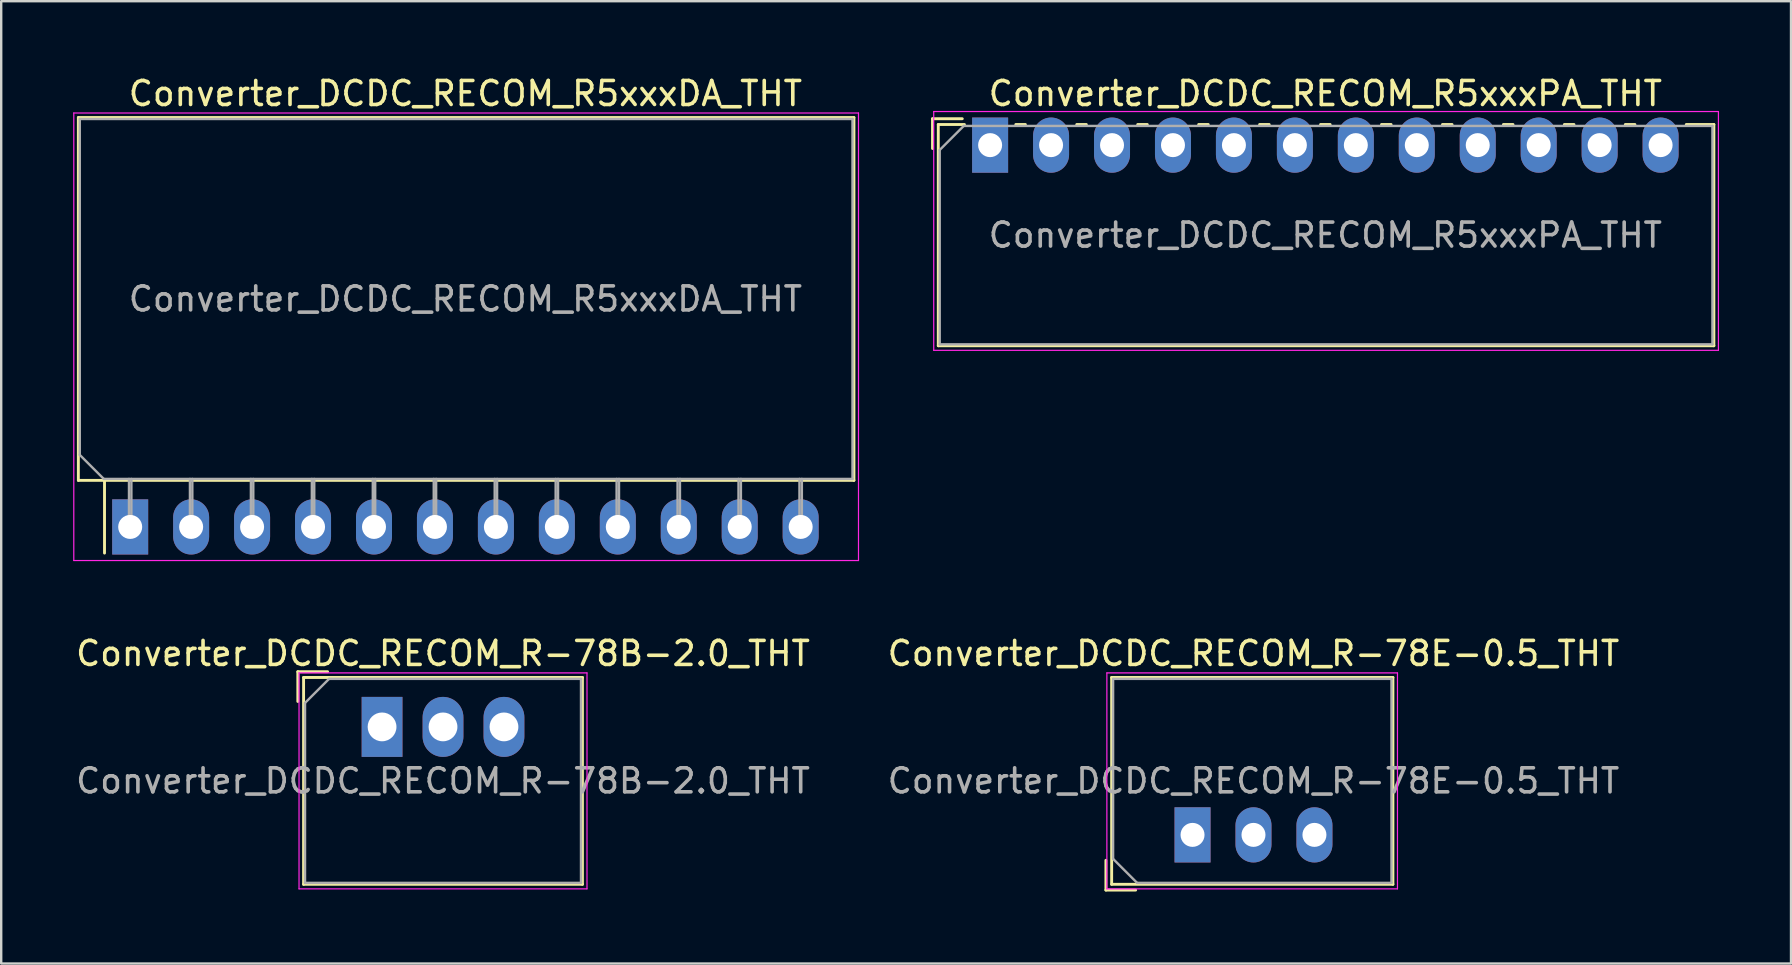
<source format=kicad_pcb>
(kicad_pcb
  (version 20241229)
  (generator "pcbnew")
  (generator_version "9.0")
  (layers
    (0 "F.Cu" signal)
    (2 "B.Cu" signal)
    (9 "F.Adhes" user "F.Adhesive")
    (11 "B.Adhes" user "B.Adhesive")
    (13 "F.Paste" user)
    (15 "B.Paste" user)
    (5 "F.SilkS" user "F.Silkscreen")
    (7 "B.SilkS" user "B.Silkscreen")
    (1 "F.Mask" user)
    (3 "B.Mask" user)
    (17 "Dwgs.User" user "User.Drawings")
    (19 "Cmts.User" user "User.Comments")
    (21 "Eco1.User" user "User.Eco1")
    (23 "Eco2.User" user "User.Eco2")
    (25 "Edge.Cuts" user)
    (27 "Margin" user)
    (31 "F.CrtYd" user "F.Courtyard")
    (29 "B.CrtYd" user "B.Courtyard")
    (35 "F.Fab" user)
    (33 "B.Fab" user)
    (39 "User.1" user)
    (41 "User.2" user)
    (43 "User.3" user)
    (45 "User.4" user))
  (footprint "Converter_DCDC_RECOM_R-78E-0.5_THT"
    (layer "F.Cu")
    (at 46.645 31.741)
    (property "Reference" "Converter_DCDC_RECOM_R-78E-0.5_THT" (at 2.54 -7.56 0) (layer "F.SilkS") (effects (font (size 1 1) (thickness 0.15))))
    (attr through_hole)
    (fp_line (start -3.61 1.06) (end -3.61 2.3) (stroke (width 0.12) (type solid)) (layer "F.SilkS"))
    (fp_line (start -3.61 2.3) (end -2.37 2.3) (stroke (width 0.12) (type solid)) (layer "F.SilkS"))
    (fp_line (start -3.37 -6.56) (end 8.35 -6.56) (stroke (width 0.12) (type solid)) (layer "F.SilkS"))
    (fp_line (start -3.37 2.06) (end -3.37 -6.56) (stroke (width 0.12) (type solid)) (layer "F.SilkS"))
    (fp_line (start 8.35 -6.56) (end 8.35 2.06) (stroke (width 0.12) (type solid)) (layer "F.SilkS"))
    (fp_line (start 8.35 2.06) (end -3.37 2.06) (stroke (width 0.12) (type solid)) (layer "F.SilkS"))
    (fp_line (start -3.57 -6.75) (end -3.57 2.25) (stroke (width 0.05) (type solid)) (layer "F.CrtYd"))
    (fp_line (start -3.57 2.25) (end 8.54 2.25) (stroke (width 0.05) (type solid)) (layer "F.CrtYd"))
    (fp_line (start 8.54 -6.75) (end -3.57 -6.75) (stroke (width 0.05) (type solid)) (layer "F.CrtYd"))
    (fp_line (start 8.54 2.25) (end 8.54 -6.75) (stroke (width 0.05) (type solid)) (layer "F.CrtYd"))
    (fp_line (start -3.31 -6.5) (end 8.29 -6.5) (stroke (width 0.1) (type solid)) (layer "F.Fab"))
    (fp_line (start -3.31 1) (end -3.31 -6.5) (stroke (width 0.1) (type solid)) (layer "F.Fab"))
    (fp_line (start -2.31 2) (end -3.31 1) (stroke (width 0.1) (type solid)) (layer "F.Fab"))
    (fp_line (start 8.29 -6.5) (end 8.29 2) (stroke (width 0.1) (type solid)) (layer "F.Fab"))
    (fp_line (start 8.29 2) (end -2.31 2) (stroke (width 0.1) (type solid)) (layer "F.Fab"))
    (fp_text user "${REFERENCE}" (at 2.54 -2.25 0) (layer "F.Fab") (effects (font (size 1 1) (thickness 0.15))))
    (pad "1" thru_hole rect (at 0 0) (size 1.5 2.3) (drill 1) (layers "*.Cu" "*.Mask"))
    (pad "2" thru_hole oval (at 2.54 0) (size 1.5 2.3) (drill 1) (layers "*.Cu" "*.Mask"))
    (pad "3" thru_hole oval (at 5.08 0) (size 1.5 2.3) (drill 1) (layers "*.Cu" "*.Mask")))
  (footprint "Converter_DCDC_RECOM_R5xxxPA_THT"
    (layer "F.Cu")
    (at 38.21 2.998)
    (property "Reference" "Converter_DCDC_RECOM_R5xxxPA_THT" (at 13.97 -2.15 0) (layer "F.SilkS") (effects (font (size 1 1) (thickness 0.15))))
    (attr through_hole)
    (fp_line (start -2.4 -1.1) (end -1.16 -1.1) (stroke (width 0.12) (type solid)) (layer "F.SilkS"))
    (fp_line (start -2.4 0.14) (end -2.4 -1.1) (stroke (width 0.12) (type solid)) (layer "F.SilkS"))
    (fp_line (start -2.16 -0.86) (end -1.07 -0.86) (stroke (width 0.12) (type solid)) (layer "F.SilkS"))
    (fp_line (start -2.16 8.36) (end -2.16 -0.86) (stroke (width 0.12) (type solid)) (layer "F.SilkS"))
    (fp_line (start 1.07 -0.86) (end 1.47 -0.86) (stroke (width 0.12) (type solid)) (layer "F.SilkS"))
    (fp_line (start 3.61 -0.86) (end 4.01 -0.86) (stroke (width 0.12) (type solid)) (layer "F.SilkS"))
    (fp_line (start 6.15 -0.86) (end 6.55 -0.86) (stroke (width 0.12) (type solid)) (layer "F.SilkS"))
    (fp_line (start 8.69 -0.86) (end 9.09 -0.86) (stroke (width 0.12) (type solid)) (layer "F.SilkS"))
    (fp_line (start 11.23 -0.86) (end 11.63 -0.86) (stroke (width 0.12) (type solid)) (layer "F.SilkS"))
    (fp_line (start 13.77 -0.86) (end 14.17 -0.86) (stroke (width 0.12) (type solid)) (layer "F.SilkS"))
    (fp_line (start 16.31 -0.86) (end 16.71 -0.86) (stroke (width 0.12) (type solid)) (layer "F.SilkS"))
    (fp_line (start 18.85 -0.86) (end 19.25 -0.86) (stroke (width 0.12) (type solid)) (layer "F.SilkS"))
    (fp_line (start 21.39 -0.86) (end 21.79 -0.86) (stroke (width 0.12) (type solid)) (layer "F.SilkS"))
    (fp_line (start 23.93 -0.86) (end 24.33 -0.86) (stroke (width 0.12) (type solid)) (layer "F.SilkS"))
    (fp_line (start 26.47 -0.86) (end 26.87 -0.86) (stroke (width 0.12) (type solid)) (layer "F.SilkS"))
    (fp_line (start 29.01 -0.86) (end 30.16 -0.86) (stroke (width 0.12) (type solid)) (layer "F.SilkS"))
    (fp_line (start 30.16 -0.86) (end 30.16 8.36) (stroke (width 0.12) (type solid)) (layer "F.SilkS"))
    (fp_line (start 30.16 8.36) (end -2.16 8.36) (stroke (width 0.12) (type solid)) (layer "F.SilkS"))
    (fp_line (start -2.35 -1.4) (end -2.35 8.55) (stroke (width 0.05) (type solid)) (layer "F.CrtYd"))
    (fp_line (start -2.35 8.55) (end 30.35 8.55) (stroke (width 0.05) (type solid)) (layer "F.CrtYd"))
    (fp_line (start 30.35 -1.4) (end -2.35 -1.4) (stroke (width 0.05) (type solid)) (layer "F.CrtYd"))
    (fp_line (start 30.35 8.55) (end 30.35 -1.4) (stroke (width 0.05) (type solid)) (layer "F.CrtYd"))
    (fp_line (start -2.1 0.2) (end -1.1 -0.8) (stroke (width 0.1) (type solid)) (layer "F.Fab"))
    (fp_line (start -2.1 8.3) (end -2.1 0.2) (stroke (width 0.1) (type solid)) (layer "F.Fab"))
    (fp_line (start -1.1 -0.8) (end 30.1 -0.8) (stroke (width 0.1) (type solid)) (layer "F.Fab"))
    (fp_line (start 30.1 -0.8) (end 30.1 8.3) (stroke (width 0.1) (type solid)) (layer "F.Fab"))
    (fp_line (start 30.1 8.3) (end -2.1 8.3) (stroke (width 0.1) (type solid)) (layer "F.Fab"))
    (fp_text user "${REFERENCE}" (at 13.97 3.75 0) (layer "F.Fab") (effects (font (size 1 1) (thickness 0.15))))
    (pad "1" thru_hole rect (at 0 0) (size 1.5 2.3) (drill 1) (layers "*.Cu" "*.Mask"))
    (pad "2" thru_hole oval (at 2.54 0) (size 1.5 2.3) (drill 1) (layers "*.Cu" "*.Mask"))
    (pad "3" thru_hole oval (at 5.08 0) (size 1.5 2.3) (drill 1) (layers "*.Cu" "*.Mask"))
    (pad "4" thru_hole oval (at 7.62 0) (size 1.5 2.3) (drill 1) (layers "*.Cu" "*.Mask"))
    (pad "5" thru_hole oval (at 10.16 0) (size 1.5 2.3) (drill 1) (layers "*.Cu" "*.Mask"))
    (pad "6" thru_hole oval (at 12.7 0) (size 1.5 2.3) (drill 1) (layers "*.Cu" "*.Mask"))
    (pad "7" thru_hole oval (at 15.24 0) (size 1.5 2.3) (drill 1) (layers "*.Cu" "*.Mask"))
    (pad "8" thru_hole oval (at 17.78 0) (size 1.5 2.3) (drill 1) (layers "*.Cu" "*.Mask"))
    (pad "9" thru_hole oval (at 20.32 0) (size 1.5 2.3) (drill 1) (layers "*.Cu" "*.Mask"))
    (pad "10" thru_hole oval (at 22.86 0) (size 1.5 2.3) (drill 1) (layers "*.Cu" "*.Mask"))
    (pad "11" thru_hole oval (at 25.4 0) (size 1.5 2.3) (drill 1) (layers "*.Cu" "*.Mask"))
    (pad "12" thru_hole oval (at 27.94 0) (size 1.5 2.3) (drill 1) (layers "*.Cu" "*.Mask")))
  (footprint "Converter_DCDC_RECOM_R-78B-2.0_THT"
    (layer "F.Cu")
    (at 12.871 27.241)
    (property "Reference" "Converter_DCDC_RECOM_R-78B-2.0_THT" (at 2.54 -3.06 0) (layer "F.SilkS") (effects (font (size 1 1) (thickness 0.15))))
    (attr through_hole)
    (fp_line (start -3.51 -2.3) (end -2.27 -2.3) (stroke (width 0.12) (type solid)) (layer "F.SilkS"))
    (fp_line (start -3.51 -1.06) (end -3.51 -2.3) (stroke (width 0.12) (type solid)) (layer "F.SilkS"))
    (fp_line (start -3.27 -2.06) (end 8.35 -2.06) (stroke (width 0.12) (type solid)) (layer "F.SilkS"))
    (fp_line (start -3.27 6.56) (end -3.27 -2.06) (stroke (width 0.12) (type solid)) (layer "F.SilkS"))
    (fp_line (start 8.35 -2.06) (end 8.35 6.56) (stroke (width 0.12) (type solid)) (layer "F.SilkS"))
    (fp_line (start 8.35 6.56) (end -3.27 6.56) (stroke (width 0.12) (type solid)) (layer "F.SilkS"))
    (fp_line (start -3.46 -2.25) (end -3.46 6.75) (stroke (width 0.05) (type solid)) (layer "F.CrtYd"))
    (fp_line (start -3.46 6.75) (end 8.54 6.75) (stroke (width 0.05) (type solid)) (layer "F.CrtYd"))
    (fp_line (start 8.54 -2.25) (end -3.46 -2.25) (stroke (width 0.05) (type solid)) (layer "F.CrtYd"))
    (fp_line (start 8.54 6.75) (end 8.54 -2.25) (stroke (width 0.05) (type solid)) (layer "F.CrtYd"))
    (fp_line (start -3.21 -1) (end -2.21 -2) (stroke (width 0.1) (type solid)) (layer "F.Fab"))
    (fp_line (start -3.21 6.5) (end -3.21 -1) (stroke (width 0.1) (type solid)) (layer "F.Fab"))
    (fp_line (start -2.21 -2) (end 8.29 -2) (stroke (width 0.1) (type solid)) (layer "F.Fab"))
    (fp_line (start 8.29 -2) (end 8.29 6.5) (stroke (width 0.1) (type solid)) (layer "F.Fab"))
    (fp_line (start 8.29 6.5) (end -3.21 6.5) (stroke (width 0.1) (type solid)) (layer "F.Fab"))
    (fp_text user "${REFERENCE}" (at 2.54 2.25 0) (layer "F.Fab") (effects (font (size 1 1) (thickness 0.15))))
    (pad "1" thru_hole rect (at 0 0) (size 1.7 2.5) (drill 1.2) (layers "*.Cu" "*.Mask"))
    (pad "2" thru_hole oval (at 2.54 0) (size 1.7 2.5) (drill 1.2) (layers "*.Cu" "*.Mask"))
    (pad "3" thru_hole oval (at 5.08 0) (size 1.7 2.5) (drill 1.2) (layers "*.Cu" "*.Mask")))
  (footprint "Converter_DCDC_RECOM_R5xxxDA_THT"
    (layer "F.Cu")
    (at 2.375 18.908)
    (property "Reference" "Converter_DCDC_RECOM_R5xxxDA_THT" (at 13.97 -18.06 0) (layer "F.SilkS") (effects (font (size 1 1) (thickness 0.15))))
    (attr through_hole)
    (fp_line (start -2.16 -17.06) (end 30.16 -17.06) (stroke (width 0.12) (type solid)) (layer "F.SilkS"))
    (fp_line (start -2.16 -1.94) (end -2.16 -17.06) (stroke (width 0.12) (type solid)) (layer "F.SilkS"))
    (fp_line (start -1.07 -1.94) (end -1.07 1.09) (stroke (width 0.12) (type solid)) (layer "F.SilkS"))
    (fp_line (start 30.16 -17.06) (end 30.16 -1.94) (stroke (width 0.12) (type solid)) (layer "F.SilkS"))
    (fp_line (start 30.16 -1.94) (end -2.16 -1.94) (stroke (width 0.12) (type solid)) (layer "F.SilkS"))
    (fp_line (start -2.35 -17.25) (end -2.35 1.4) (stroke (width 0.05) (type solid)) (layer "F.CrtYd"))
    (fp_line (start -2.35 1.4) (end 30.35 1.4) (stroke (width 0.05) (type solid)) (layer "F.CrtYd"))
    (fp_line (start 30.35 -17.25) (end -2.35 -17.25) (stroke (width 0.05) (type solid)) (layer "F.CrtYd"))
    (fp_line (start 30.35 1.4) (end 30.35 -17.25) (stroke (width 0.05) (type solid)) (layer "F.CrtYd"))
    (fp_line (start -2.1 -17) (end 30.1 -17) (stroke (width 0.1) (type solid)) (layer "F.Fab"))
    (fp_line (start -2.1 -3) (end -2.1 -17) (stroke (width 0.1) (type solid)) (layer "F.Fab"))
    (fp_line (start -1.1 -2) (end -2.1 -3) (stroke (width 0.1) (type solid)) (layer "F.Fab"))
    (fp_line (start -0.05 0) (end -0.05 -2) (stroke (width 0.1) (type solid)) (layer "F.Fab"))
    (fp_line (start 0.05 0) (end 0.05 -2) (stroke (width 0.1) (type solid)) (layer "F.Fab"))
    (fp_line (start 2.49 0) (end 2.49 -2) (stroke (width 0.1) (type solid)) (layer "F.Fab"))
    (fp_line (start 2.59 0) (end 2.59 -2) (stroke (width 0.1) (type solid)) (layer "F.Fab"))
    (fp_line (start 5.03 0) (end 5.03 -2) (stroke (width 0.1) (type solid)) (layer "F.Fab"))
    (fp_line (start 5.13 0) (end 5.13 -2) (stroke (width 0.1) (type solid)) (layer "F.Fab"))
    (fp_line (start 7.57 0) (end 7.57 -2) (stroke (width 0.1) (type solid)) (layer "F.Fab"))
    (fp_line (start 7.67 0) (end 7.67 -2) (stroke (width 0.1) (type solid)) (layer "F.Fab"))
    (fp_line (start 10.11 0) (end 10.11 -2) (stroke (width 0.1) (type solid)) (layer "F.Fab"))
    (fp_line (start 10.21 0) (end 10.21 -2) (stroke (width 0.1) (type solid)) (layer "F.Fab"))
    (fp_line (start 12.65 0) (end 12.65 -2) (stroke (width 0.1) (type solid)) (layer "F.Fab"))
    (fp_line (start 12.75 0) (end 12.75 -2) (stroke (width 0.1) (type solid)) (layer "F.Fab"))
    (fp_line (start 15.19 0) (end 15.19 -2) (stroke (width 0.1) (type solid)) (layer "F.Fab"))
    (fp_line (start 15.29 0) (end 15.29 -2) (stroke (width 0.1) (type solid)) (layer "F.Fab"))
    (fp_line (start 17.73 0) (end 17.73 -2) (stroke (width 0.1) (type solid)) (layer "F.Fab"))
    (fp_line (start 17.83 0) (end 17.83 -2) (stroke (width 0.1) (type solid)) (layer "F.Fab"))
    (fp_line (start 20.27 0) (end 20.27 -2) (stroke (width 0.1) (type solid)) (layer "F.Fab"))
    (fp_line (start 20.37 0) (end 20.37 -2) (stroke (width 0.1) (type solid)) (layer "F.Fab"))
    (fp_line (start 22.81 0) (end 22.81 -2) (stroke (width 0.1) (type solid)) (layer "F.Fab"))
    (fp_line (start 22.91 0) (end 22.91 -2) (stroke (width 0.1) (type solid)) (layer "F.Fab"))
    (fp_line (start 25.35 0) (end 25.35 -2) (stroke (width 0.1) (type solid)) (layer "F.Fab"))
    (fp_line (start 25.45 0) (end 25.45 -2) (stroke (width 0.1) (type solid)) (layer "F.Fab"))
    (fp_line (start 27.89 0) (end 27.89 -2) (stroke (width 0.1) (type solid)) (layer "F.Fab"))
    (fp_line (start 27.99 0) (end 27.99 -2) (stroke (width 0.1) (type solid)) (layer "F.Fab"))
    (fp_line (start 30.1 -17) (end 30.1 -2) (stroke (width 0.1) (type solid)) (layer "F.Fab"))
    (fp_line (start 30.1 -2) (end -1.1 -2) (stroke (width 0.1) (type solid)) (layer "F.Fab"))
    (fp_text user "${REFERENCE}" (at 13.97 -9.5 0) (layer "F.Fab") (effects (font (size 1 1) (thickness 0.15))))
    (pad "1" thru_hole rect (at 0 0) (size 1.5 2.3) (drill 1) (layers "*.Cu" "*.Mask"))
    (pad "2" thru_hole oval (at 2.54 0) (size 1.5 2.3) (drill 1) (layers "*.Cu" "*.Mask"))
    (pad "3" thru_hole oval (at 5.08 0) (size 1.5 2.3) (drill 1) (layers "*.Cu" "*.Mask"))
    (pad "4" thru_hole oval (at 7.62 0) (size 1.5 2.3) (drill 1) (layers "*.Cu" "*.Mask"))
    (pad "5" thru_hole oval (at 10.16 0) (size 1.5 2.3) (drill 1) (layers "*.Cu" "*.Mask"))
    (pad "6" thru_hole oval (at 12.7 0) (size 1.5 2.3) (drill 1) (layers "*.Cu" "*.Mask"))
    (pad "7" thru_hole oval (at 15.24 0) (size 1.5 2.3) (drill 1) (layers "*.Cu" "*.Mask"))
    (pad "8" thru_hole oval (at 17.78 0) (size 1.5 2.3) (drill 1) (layers "*.Cu" "*.Mask"))
    (pad "9" thru_hole oval (at 20.32 0) (size 1.5 2.3) (drill 1) (layers "*.Cu" "*.Mask"))
    (pad "10" thru_hole oval (at 22.86 0) (size 1.5 2.3) (drill 1) (layers "*.Cu" "*.Mask"))
    (pad "11" thru_hole oval (at 25.4 0) (size 1.5 2.3) (drill 1) (layers "*.Cu" "*.Mask"))
    (pad "12" thru_hole oval (at 27.94 0) (size 1.5 2.3) (drill 1) (layers "*.Cu" "*.Mask")))
  (gr_rect
    (start -3 -3)
    (end 71.585 37.102)
    (stroke (width 0.1) (type default))
    (fill no)
    (layer "Edge.Cuts")))
</source>
